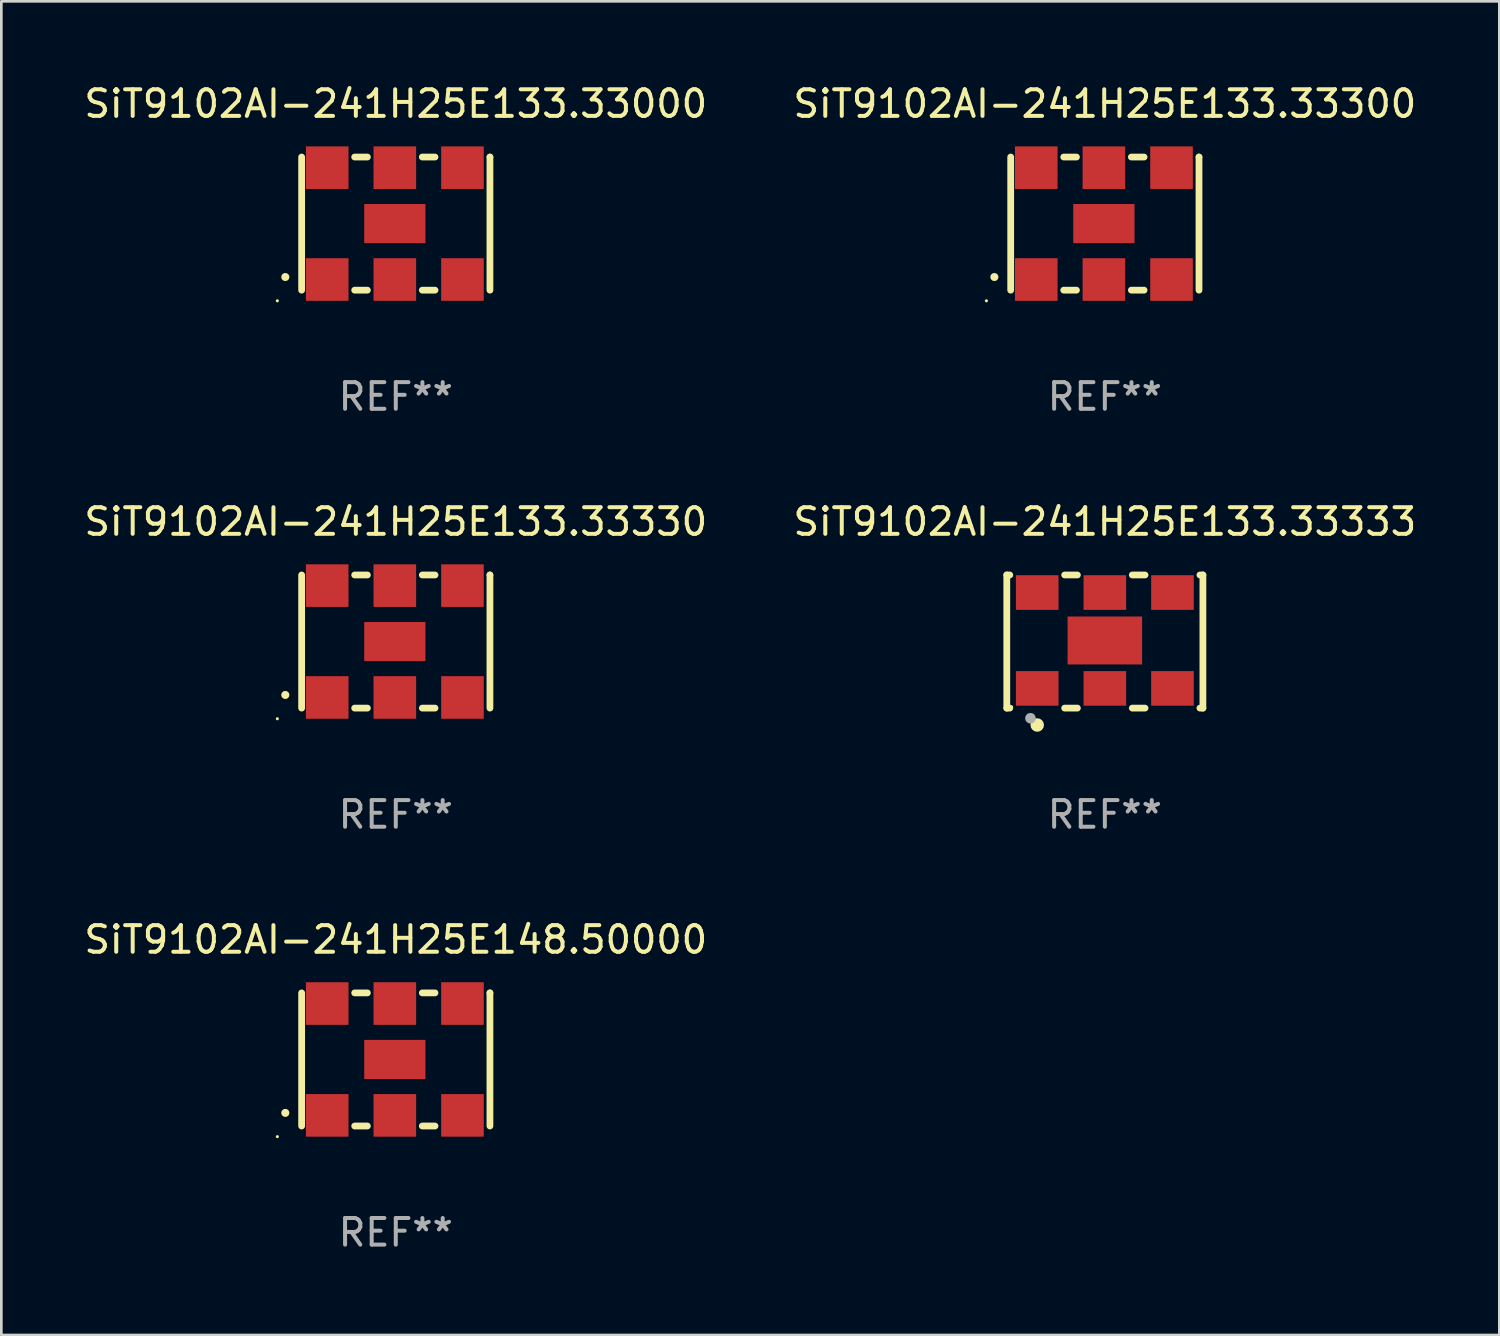
<source format=kicad_pcb>
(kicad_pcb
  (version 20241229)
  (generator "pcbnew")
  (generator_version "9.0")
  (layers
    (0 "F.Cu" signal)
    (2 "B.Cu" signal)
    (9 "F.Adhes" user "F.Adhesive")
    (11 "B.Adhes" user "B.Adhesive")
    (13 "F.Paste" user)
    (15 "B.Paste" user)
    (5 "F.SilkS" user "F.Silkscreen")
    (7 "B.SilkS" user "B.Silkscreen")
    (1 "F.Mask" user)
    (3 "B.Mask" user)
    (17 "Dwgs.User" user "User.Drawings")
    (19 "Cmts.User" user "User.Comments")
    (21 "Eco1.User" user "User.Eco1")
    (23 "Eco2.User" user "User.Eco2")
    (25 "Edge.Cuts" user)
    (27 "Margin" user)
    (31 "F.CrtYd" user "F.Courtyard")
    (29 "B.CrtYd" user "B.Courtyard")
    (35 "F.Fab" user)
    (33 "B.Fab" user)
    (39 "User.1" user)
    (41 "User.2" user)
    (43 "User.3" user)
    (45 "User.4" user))
  (footprint "SiT9102AI-241H25E133.33333"
    (layer "F.Cu")
    (at 38.446 21.045)
    (property "Reference" "SiT9102AI-241H25E133.33333" (at 0 -4.5 0) (layer "F.SilkS") (effects (font (size 1 1) (thickness 0.15))))
    (attr through_hole)
    (fp_line (start -3.683 -2.5) (end -3.571 -2.5) (stroke (width 0.254) (type solid)) (layer "F.SilkS"))
    (fp_line (start -3.683 2.5) (end -3.683 -2.5) (stroke (width 0.254) (type solid)) (layer "F.SilkS"))
    (fp_line (start -3.683 2.5) (end -3.571 2.5) (stroke (width 0.254) (type solid)) (layer "F.SilkS"))
    (fp_line (start -1.509 -2.5) (end -1.031 -2.5) (stroke (width 0.254) (type solid)) (layer "F.SilkS"))
    (fp_line (start -1.509 2.5) (end -1.031 2.5) (stroke (width 0.254) (type solid)) (layer "F.SilkS"))
    (fp_line (start 1.031 -2.5) (end 1.509 -2.5) (stroke (width 0.254) (type solid)) (layer "F.SilkS"))
    (fp_line (start 1.031 2.5) (end 1.509 2.5) (stroke (width 0.254) (type solid)) (layer "F.SilkS"))
    (fp_line (start 3.571 -2.5) (end 3.683 -2.5) (stroke (width 0.254) (type solid)) (layer "F.SilkS"))
    (fp_line (start 3.571 2.5) (end 3.683 2.5) (stroke (width 0.254) (type solid)) (layer "F.SilkS"))
    (fp_line (start 3.683 2.5) (end 3.683 -2.5) (stroke (width 0.254) (type solid)) (layer "F.SilkS"))
    (fp_circle (center -3.5 2.46) (end -3.47 2.46) (stroke (width 0.06) (type solid)) (fill no) (layer "F.SilkS"))
    (fp_circle (center -2.54 3.135) (end -2.413 3.135) (stroke (width 0.254) (type solid)) (fill no) (layer "F.SilkS"))
    (fp_circle (center -2.794 2.881) (end -2.694 2.881) (stroke (width 0.2) (type solid)) (fill no) (layer "F.Fab"))
    (fp_text user "REF**" (at 0 6.5 0) (layer "F.Fab") (effects (font (size 1 1) (thickness 0.15))))
    (pad "1" smd rect (at -2.54 1.76) (size 1.6 1.3) (layers "F.Cu" "F.Mask" "F.Paste"))
    (pad "2" smd rect (at 0 1.76) (size 1.6 1.3) (layers "F.Cu" "F.Mask" "F.Paste"))
    (pad "3" smd rect (at 2.54 1.76) (size 1.6 1.3) (layers "F.Cu" "F.Mask" "F.Paste"))
    (pad "4" smd rect (at 2.54 -1.84) (size 1.6 1.3) (layers "F.Cu" "F.Mask" "F.Paste"))
    (pad "5" smd rect (at 0 -1.84) (size 1.6 1.3) (layers "F.Cu" "F.Mask" "F.Paste"))
    (pad "6" smd rect (at -2.54 -1.84) (size 1.6 1.3) (layers "F.Cu" "F.Mask" "F.Paste"))
    (pad "7" smd rect (at 0 -0.04) (size 2.8 1.8) (layers "F.Cu" "F.Mask" "F.Paste")))
  (footprint "SiT9102AI-241H25E133.33330"
    (layer "F.Cu")
    (at 11.815 21.045)
    (property "Reference" "SiT9102AI-241H25E133.33330" (at 0 -4.5 0) (layer "F.SilkS") (effects (font (size 1 1) (thickness 0.15))))
    (attr through_hole)
    (fp_line (start -3.536 -2.5) (end -3.536 2.5) (stroke (width 0.254) (type solid)) (layer "F.SilkS"))
    (fp_line (start -1.544 2.5) (end -1.067 2.5) (stroke (width 0.254) (type solid)) (layer "F.SilkS"))
    (fp_line (start -1.067 -2.5) (end -1.544 -2.5) (stroke (width 0.254) (type solid)) (layer "F.SilkS"))
    (fp_line (start 0.996 2.5) (end 1.473 2.5) (stroke (width 0.254) (type solid)) (layer "F.SilkS"))
    (fp_line (start 1.473 -2.5) (end 0.996 -2.5) (stroke (width 0.254) (type solid)) (layer "F.SilkS"))
    (fp_line (start 3.536 -2.5) (end 3.536 -2.5) (stroke (width 0.254) (type solid)) (layer "F.SilkS"))
    (fp_line (start 3.536 2.5) (end 3.536 -2.5) (stroke (width 0.254) (type solid)) (layer "F.SilkS"))
    (fp_arc (start -4.150432 2.006604) (mid -4.149162 2.006599) (end -4.147892 2.006604) (stroke (width 0.3) (type solid)) (layer "F.SilkS"))
    (fp_circle (center -4.449 2.9) (end -4.419 2.9) (stroke (width 0.06) (type solid)) (fill no) (layer "F.SilkS"))
    (fp_text user "REF**" (at 0 6.5 0) (layer "F.Fab") (effects (font (size 1 1) (thickness 0.15))))
    (pad "1" smd rect (at -2.576 2.1) (size 1.6 1.6) (layers "F.Cu" "F.Mask" "F.Paste"))
    (pad "2" smd rect (at -0.036 2.1) (size 1.6 1.6) (layers "F.Cu" "F.Mask" "F.Paste"))
    (pad "3" smd rect (at 2.504 2.1) (size 1.6 1.6) (layers "F.Cu" "F.Mask" "F.Paste"))
    (pad "4" smd rect (at 2.504 -2.1) (size 1.6 1.6) (layers "F.Cu" "F.Mask" "F.Paste"))
    (pad "5" smd rect (at -0.036 -2.1) (size 1.6 1.6) (layers "F.Cu" "F.Mask" "F.Paste"))
    (pad "6" smd rect (at -2.576 -2.1) (size 1.6 1.6) (layers "F.Cu" "F.Mask" "F.Paste"))
    (pad "7" smd rect (at -0.036 0) (size 2.3 1.47) (layers "F.Cu" "F.Mask" "F.Paste")))
  (footprint "SiT9102AI-241H25E148.50000"
    (layer "F.Cu")
    (at 11.815 36.741)
    (property "Reference" "SiT9102AI-241H25E148.50000" (at 0 -4.5 0) (layer "F.SilkS") (effects (font (size 1 1) (thickness 0.15))))
    (attr through_hole)
    (fp_line (start -3.536 -2.5) (end -3.536 2.5) (stroke (width 0.254) (type solid)) (layer "F.SilkS"))
    (fp_line (start -1.544 2.5) (end -1.067 2.5) (stroke (width 0.254) (type solid)) (layer "F.SilkS"))
    (fp_line (start -1.067 -2.5) (end -1.544 -2.5) (stroke (width 0.254) (type solid)) (layer "F.SilkS"))
    (fp_line (start 0.996 2.5) (end 1.473 2.5) (stroke (width 0.254) (type solid)) (layer "F.SilkS"))
    (fp_line (start 1.473 -2.5) (end 0.996 -2.5) (stroke (width 0.254) (type solid)) (layer "F.SilkS"))
    (fp_line (start 3.536 -2.5) (end 3.536 -2.5) (stroke (width 0.254) (type solid)) (layer "F.SilkS"))
    (fp_line (start 3.536 2.5) (end 3.536 -2.5) (stroke (width 0.254) (type solid)) (layer "F.SilkS"))
    (fp_arc (start -4.150432 2.006604) (mid -4.149162 2.006599) (end -4.147892 2.006604) (stroke (width 0.3) (type solid)) (layer "F.SilkS"))
    (fp_circle (center -4.449 2.9) (end -4.419 2.9) (stroke (width 0.06) (type solid)) (fill no) (layer "F.SilkS"))
    (fp_text user "REF**" (at 0 6.5 0) (layer "F.Fab") (effects (font (size 1 1) (thickness 0.15))))
    (pad "1" smd rect (at -2.576 2.1) (size 1.6 1.6) (layers "F.Cu" "F.Mask" "F.Paste"))
    (pad "2" smd rect (at -0.036 2.1) (size 1.6 1.6) (layers "F.Cu" "F.Mask" "F.Paste"))
    (pad "3" smd rect (at 2.504 2.1) (size 1.6 1.6) (layers "F.Cu" "F.Mask" "F.Paste"))
    (pad "4" smd rect (at 2.504 -2.1) (size 1.6 1.6) (layers "F.Cu" "F.Mask" "F.Paste"))
    (pad "5" smd rect (at -0.036 -2.1) (size 1.6 1.6) (layers "F.Cu" "F.Mask" "F.Paste"))
    (pad "6" smd rect (at -2.576 -2.1) (size 1.6 1.6) (layers "F.Cu" "F.Mask" "F.Paste"))
    (pad "7" smd rect (at -0.036 0) (size 2.3 1.47) (layers "F.Cu" "F.Mask" "F.Paste")))
  (footprint "SiT9102AI-241H25E133.33300"
    (layer "F.Cu")
    (at 38.446 5.348)
    (property "Reference" "SiT9102AI-241H25E133.33300" (at 0 -4.5 0) (layer "F.SilkS") (effects (font (size 1 1) (thickness 0.15))))
    (attr through_hole)
    (fp_line (start -3.536 -2.5) (end -3.536 2.5) (stroke (width 0.254) (type solid)) (layer "F.SilkS"))
    (fp_line (start -1.544 2.5) (end -1.067 2.5) (stroke (width 0.254) (type solid)) (layer "F.SilkS"))
    (fp_line (start -1.067 -2.5) (end -1.544 -2.5) (stroke (width 0.254) (type solid)) (layer "F.SilkS"))
    (fp_line (start 0.996 2.5) (end 1.473 2.5) (stroke (width 0.254) (type solid)) (layer "F.SilkS"))
    (fp_line (start 1.473 -2.5) (end 0.996 -2.5) (stroke (width 0.254) (type solid)) (layer "F.SilkS"))
    (fp_line (start 3.536 -2.5) (end 3.536 -2.5) (stroke (width 0.254) (type solid)) (layer "F.SilkS"))
    (fp_line (start 3.536 2.5) (end 3.536 -2.5) (stroke (width 0.254) (type solid)) (layer "F.SilkS"))
    (fp_arc (start -4.150432 2.006604) (mid -4.149162 2.006599) (end -4.147892 2.006604) (stroke (width 0.3) (type solid)) (layer "F.SilkS"))
    (fp_circle (center -4.449 2.9) (end -4.419 2.9) (stroke (width 0.06) (type solid)) (fill no) (layer "F.SilkS"))
    (fp_text user "REF**" (at 0 6.5 0) (layer "F.Fab") (effects (font (size 1 1) (thickness 0.15))))
    (pad "1" smd rect (at -2.576 2.1) (size 1.6 1.6) (layers "F.Cu" "F.Mask" "F.Paste"))
    (pad "2" smd rect (at -0.036 2.1) (size 1.6 1.6) (layers "F.Cu" "F.Mask" "F.Paste"))
    (pad "3" smd rect (at 2.504 2.1) (size 1.6 1.6) (layers "F.Cu" "F.Mask" "F.Paste"))
    (pad "4" smd rect (at 2.504 -2.1) (size 1.6 1.6) (layers "F.Cu" "F.Mask" "F.Paste"))
    (pad "5" smd rect (at -0.036 -2.1) (size 1.6 1.6) (layers "F.Cu" "F.Mask" "F.Paste"))
    (pad "6" smd rect (at -2.576 -2.1) (size 1.6 1.6) (layers "F.Cu" "F.Mask" "F.Paste"))
    (pad "7" smd rect (at -0.036 0) (size 2.3 1.47) (layers "F.Cu" "F.Mask" "F.Paste")))
  (footprint "SiT9102AI-241H25E133.33000"
    (layer "F.Cu")
    (at 11.815 5.348)
    (property "Reference" "SiT9102AI-241H25E133.33000" (at 0 -4.5 0) (layer "F.SilkS") (effects (font (size 1 1) (thickness 0.15))))
    (attr through_hole)
    (fp_line (start -3.536 -2.5) (end -3.536 2.5) (stroke (width 0.254) (type solid)) (layer "F.SilkS"))
    (fp_line (start -1.544 2.5) (end -1.067 2.5) (stroke (width 0.254) (type solid)) (layer "F.SilkS"))
    (fp_line (start -1.067 -2.5) (end -1.544 -2.5) (stroke (width 0.254) (type solid)) (layer "F.SilkS"))
    (fp_line (start 0.996 2.5) (end 1.473 2.5) (stroke (width 0.254) (type solid)) (layer "F.SilkS"))
    (fp_line (start 1.473 -2.5) (end 0.996 -2.5) (stroke (width 0.254) (type solid)) (layer "F.SilkS"))
    (fp_line (start 3.536 -2.5) (end 3.536 -2.5) (stroke (width 0.254) (type solid)) (layer "F.SilkS"))
    (fp_line (start 3.536 2.5) (end 3.536 -2.5) (stroke (width 0.254) (type solid)) (layer "F.SilkS"))
    (fp_arc (start -4.150432 2.006604) (mid -4.149162 2.006599) (end -4.147892 2.006604) (stroke (width 0.3) (type solid)) (layer "F.SilkS"))
    (fp_circle (center -4.449 2.9) (end -4.419 2.9) (stroke (width 0.06) (type solid)) (fill no) (layer "F.SilkS"))
    (fp_text user "REF**" (at 0 6.5 0) (layer "F.Fab") (effects (font (size 1 1) (thickness 0.15))))
    (pad "1" smd rect (at -2.576 2.1) (size 1.6 1.6) (layers "F.Cu" "F.Mask" "F.Paste"))
    (pad "2" smd rect (at -0.036 2.1) (size 1.6 1.6) (layers "F.Cu" "F.Mask" "F.Paste"))
    (pad "3" smd rect (at 2.504 2.1) (size 1.6 1.6) (layers "F.Cu" "F.Mask" "F.Paste"))
    (pad "4" smd rect (at 2.504 -2.1) (size 1.6 1.6) (layers "F.Cu" "F.Mask" "F.Paste"))
    (pad "5" smd rect (at -0.036 -2.1) (size 1.6 1.6) (layers "F.Cu" "F.Mask" "F.Paste"))
    (pad "6" smd rect (at -2.576 -2.1) (size 1.6 1.6) (layers "F.Cu" "F.Mask" "F.Paste"))
    (pad "7" smd rect (at -0.036 0) (size 2.3 1.47) (layers "F.Cu" "F.Mask" "F.Paste")))
  (gr_rect
    (start -3 -3)
    (end 53.262 47.09)
    (stroke (width 0.1) (type default))
    (fill no)
    (layer "Edge.Cuts")))
</source>
